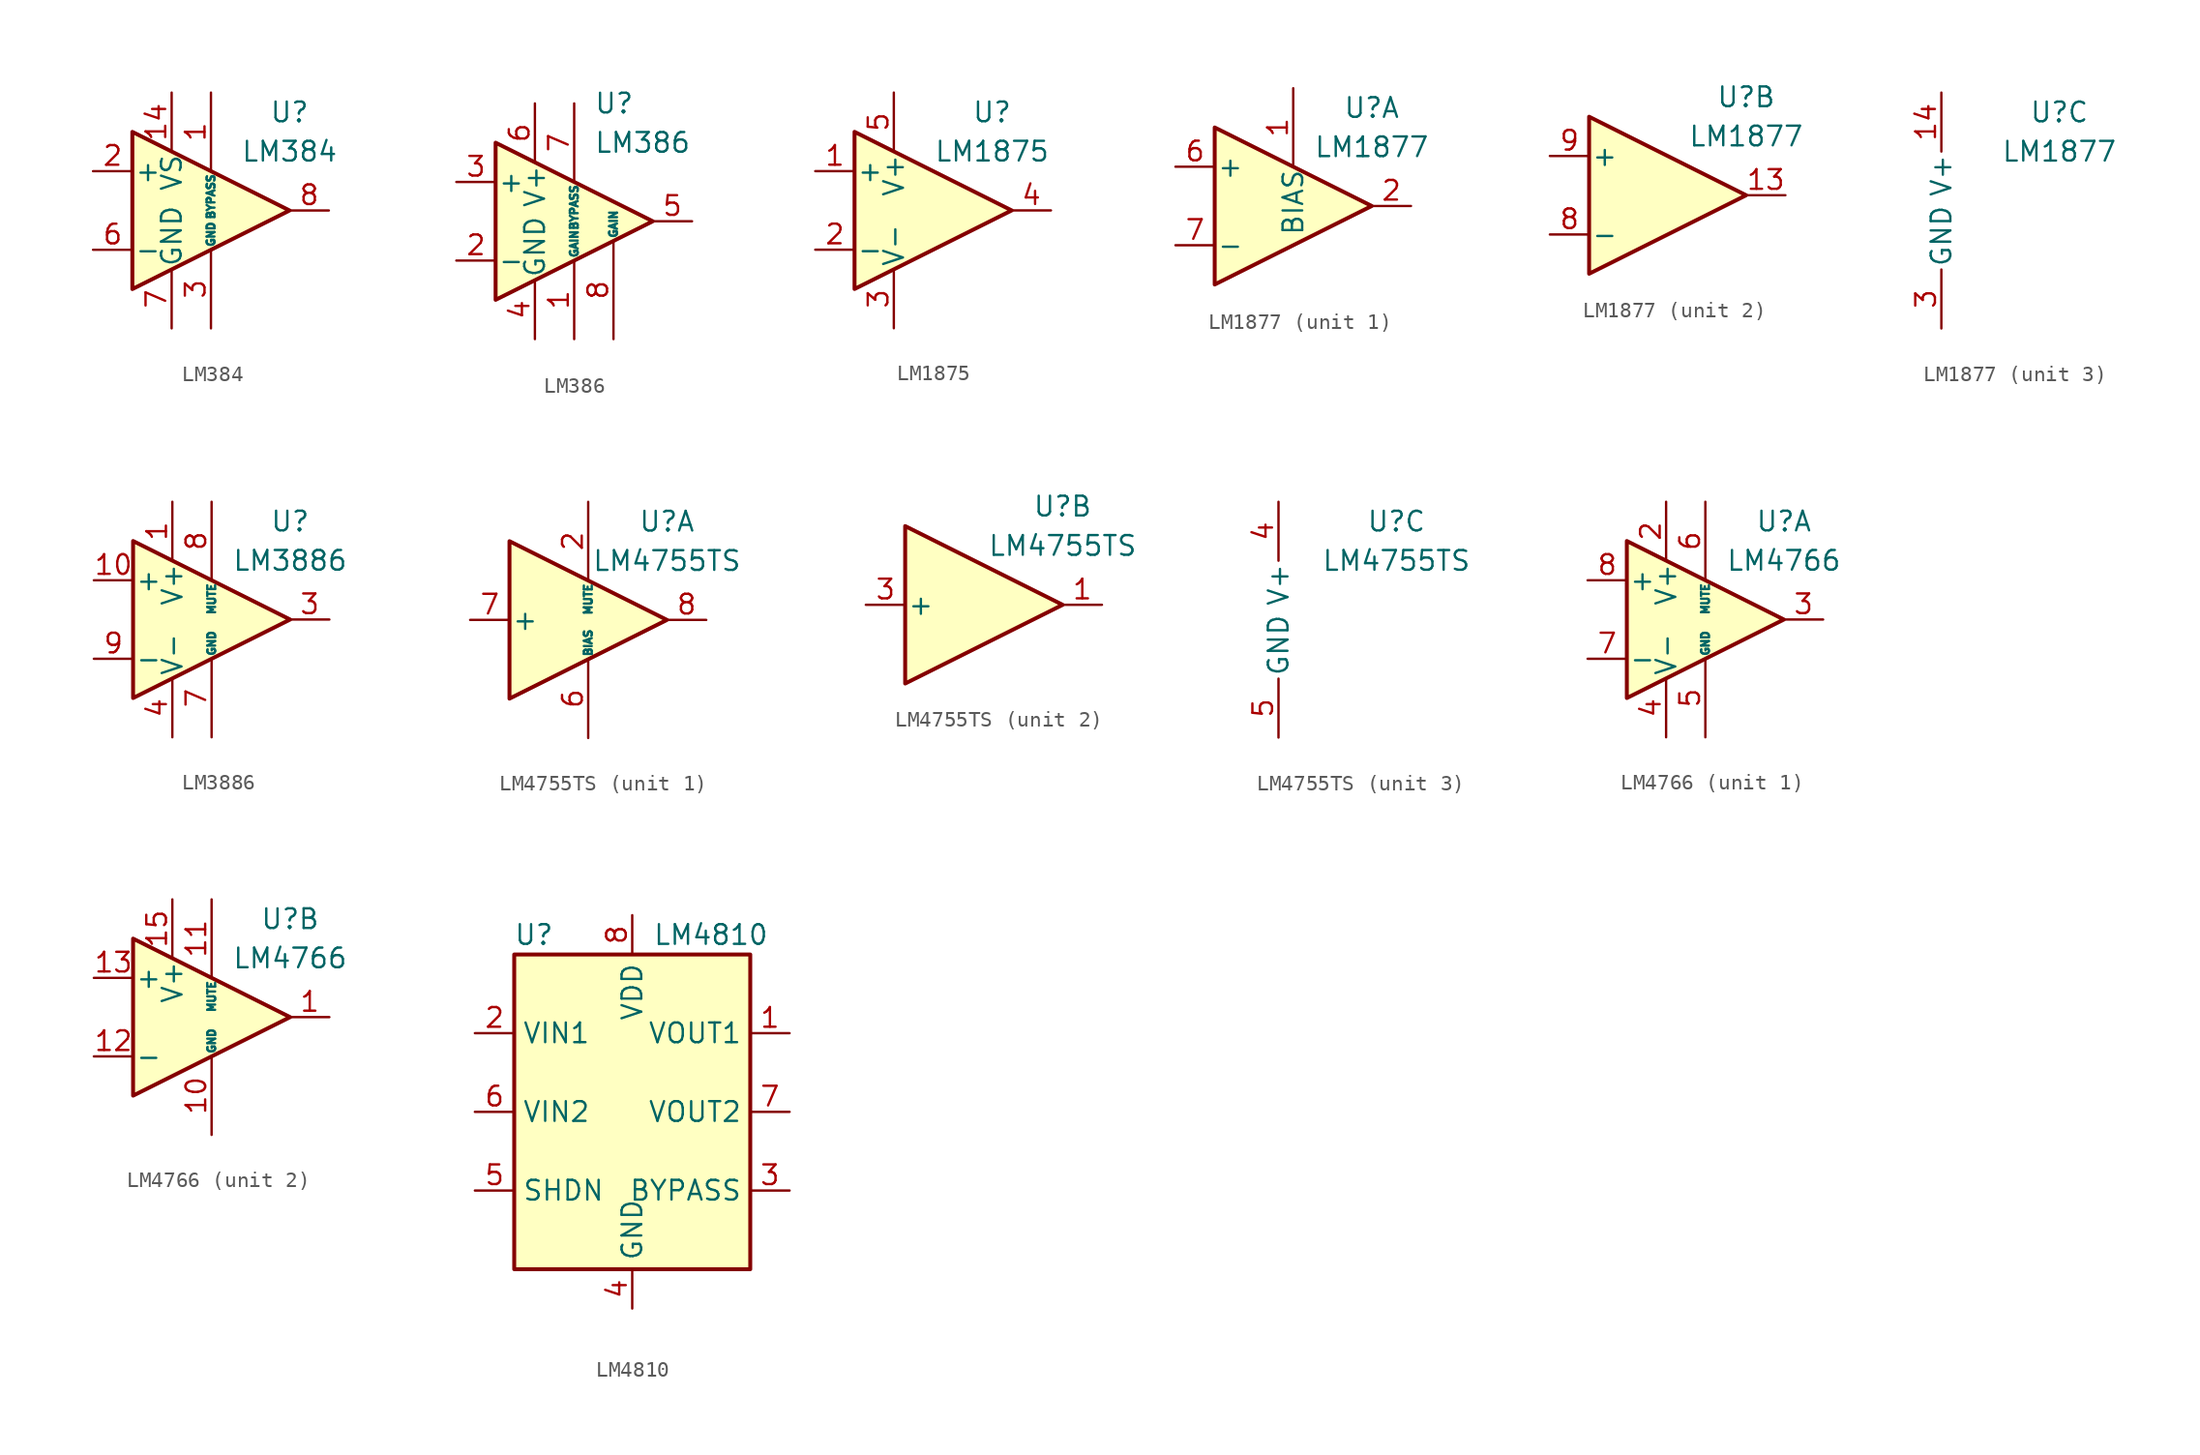
<source format=kicad_sym>
(kicad_symbol_lib
  (version 20211014)
  (generator kicad_symbol_editor)
  (symbol "LM384"
    (pin_names
      (offset 0.127))
    (property "Reference" "U"
      (at 5.08 6.35 0)
      (effects (font (size 1.27 1.27))))
    (property "Value" "LM384"
      (at 5.08 3.81 0)
      (effects (font (size 1.27 1.27))))
    (symbol "LM384_0_1"
      (polyline (pts (xy -5.08 5.08) (xy 5.08 0) (xy -5.08 -5.08) (xy -5.08 5.08)) (stroke (width 0.254) (type default) (color 0 0 0 0)) (fill (type background))))
    (symbol "LM384_1_1"
      (pin passive line (at 0 7.62 270) (length 5.08) (name "BYPASS" (effects (font (size 0.508 0.508)))) (number "1" (effects (font (size 1.27 1.27)))))
      (pin passive line (at 0 -7.62 90) (length 5.08) hide (name "GND" (effects (font (size 0.508 0.508)))) (number "10" (effects (font (size 1.27 1.27)))))
      (pin passive line (at 0 -7.62 90) (length 5.08) hide (name "GND" (effects (font (size 0.508 0.508)))) (number "11" (effects (font (size 1.27 1.27)))))
      (pin passive line (at 0 -7.62 90) (length 5.08) hide (name "GND" (effects (font (size 0.508 0.508)))) (number "12" (effects (font (size 1.27 1.27)))))
      (pin no_connect line (at 0 2.54 270) (length 2.54) hide (name "NC" (effects (font (size 1.27 1.27)))) (number "13" (effects (font (size 1.27 1.27)))))
      (pin power_in line (at -2.54 7.62 270) (length 3.81) (name "VS" (effects (font (size 1.27 1.27)))) (number "14" (effects (font (size 1.27 1.27)))))
      (pin input line (at -7.62 2.54 0) (length 2.54) (name "+" (effects (font (size 1.27 1.27)))) (number "2" (effects (font (size 1.27 1.27)))))
      (pin power_in line (at 0 -7.62 90) (length 5.08) (name "GND" (effects (font (size 0.508 0.508)))) (number "3" (effects (font (size 1.27 1.27)))))
      (pin passive line (at 0 -7.62 90) (length 5.08) hide (name "GND" (effects (font (size 0.508 0.508)))) (number "4" (effects (font (size 1.27 1.27)))))
      (pin passive line (at 0 -7.62 90) (length 5.08) hide (name "GND" (effects (font (size 0.508 0.508)))) (number "5" (effects (font (size 1.27 1.27)))))
      (pin input line (at -7.62 -2.54 0) (length 2.54) (name "-" (effects (font (size 1.27 1.27)))) (number "6" (effects (font (size 1.27 1.27)))))
      (pin power_in line (at -2.54 -7.62 90) (length 3.81) (name "GND" (effects (font (size 1.27 1.27)))) (number "7" (effects (font (size 1.27 1.27)))))
      (pin output line (at 7.62 0 180) (length 2.54) (name "~" (effects (font (size 1.27 1.27)))) (number "8" (effects (font (size 1.27 1.27)))))
      (pin no_connect line (at -2.54 2.54 270) (length 2.54) hide (name "NC" (effects (font (size 1.27 1.27)))) (number "9" (effects (font (size 1.27 1.27)))))))
  (symbol "LM386"
    (pin_names
      (offset 0.127))
    (property "Reference" "U"
      (at 1.27 7.62 0)
      (effects (font (size 1.27 1.27)) (justify left)))
    (property "Value" "LM386"
      (at 1.27 5.08 0)
      (effects (font (size 1.27 1.27)) (justify left)))
    (symbol "LM386_0_1"
      (polyline (pts (xy 5.08 0) (xy -5.08 5.08) (xy -5.08 -5.08) (xy 5.08 0)) (stroke (width 0.254) (type default) (color 0 0 0 0)) (fill (type background))))
    (symbol "LM386_1_1"
      (pin input line (at 0 -7.62 90) (length 5.08) (name "GAIN" (effects (font (size 0.508 0.508)))) (number "1" (effects (font (size 1.27 1.27)))))
      (pin input line (at -7.62 -2.54 0) (length 2.54) (name "-" (effects (font (size 1.27 1.27)))) (number "2" (effects (font (size 1.27 1.27)))))
      (pin input line (at -7.62 2.54 0) (length 2.54) (name "+" (effects (font (size 1.27 1.27)))) (number "3" (effects (font (size 1.27 1.27)))))
      (pin power_in line (at -2.54 -7.62 90) (length 3.81) (name "GND" (effects (font (size 1.27 1.27)))) (number "4" (effects (font (size 1.27 1.27)))))
      (pin output line (at 7.62 0 180) (length 2.54) (name "~" (effects (font (size 1.27 1.27)))) (number "5" (effects (font (size 1.27 1.27)))))
      (pin power_in line (at -2.54 7.62 270) (length 3.81) (name "V+" (effects (font (size 1.27 1.27)))) (number "6" (effects (font (size 1.27 1.27)))))
      (pin input line (at 0 7.62 270) (length 5.08) (name "BYPASS" (effects (font (size 0.508 0.508)))) (number "7" (effects (font (size 1.27 1.27)))))
      (pin input line (at 2.54 -7.62 90) (length 6.35) (name "GAIN" (effects (font (size 0.508 0.508)))) (number "8" (effects (font (size 1.27 1.27)))))))
  (symbol "LM1875"
    (pin_names
      (offset 0.127))
    (property "Reference" "U"
      (at 3.81 6.35 0)
      (effects (font (size 1.27 1.27))))
    (property "Value" "LM1875"
      (at 3.81 3.81 0)
      (effects (font (size 1.27 1.27))))
    (symbol "LM1875_0_1"
      (polyline (pts (xy -5.08 5.08) (xy 5.08 0) (xy -5.08 -5.08) (xy -5.08 5.08)) (stroke (width 0.254) (type default) (color 0 0 0 0)) (fill (type background))))
    (symbol "LM1875_1_1"
      (pin input line (at -7.62 2.54 0) (length 2.54) (name "+" (effects (font (size 1.27 1.27)))) (number "1" (effects (font (size 1.27 1.27)))))
      (pin input line (at -7.62 -2.54 0) (length 2.54) (name "-" (effects (font (size 1.27 1.27)))) (number "2" (effects (font (size 1.27 1.27)))))
      (pin power_in line (at -2.54 -7.62 90) (length 3.81) (name "V-" (effects (font (size 1.27 1.27)))) (number "3" (effects (font (size 1.27 1.27)))))
      (pin output line (at 7.62 0 180) (length 2.54) (name "~" (effects (font (size 1.27 1.27)))) (number "4" (effects (font (size 1.27 1.27)))))
      (pin power_in line (at -2.54 7.62 270) (length 3.81) (name "V+" (effects (font (size 1.27 1.27)))) (number "5" (effects (font (size 1.27 1.27)))))))
  (symbol "LM1877"
    (pin_names
      (offset 0.127))
    (property "Reference" "U"
      (at 5.08 6.35 0)
      (effects (font (size 1.27 1.27))))
    (property "Value" "LM1877"
      (at 5.08 3.81 0)
      (effects (font (size 1.27 1.27))))
    (property "ki_locked" ""
      (at 0 0 0)
      (effects (font (size 1.27 1.27))))
    (symbol "LM1877_1_1"
      (polyline (pts (xy -5.08 5.08) (xy 5.08 0) (xy -5.08 -5.08) (xy -5.08 5.08)) (stroke (width 0.254) (type default) (color 0 0 0 0)) (fill (type background)))
      (pin input line (at 0 7.62 270) (length 5.08) (name "BIAS" (effects (font (size 1.27 1.27)))) (number "1" (effects (font (size 1.27 1.27)))))
      (pin output line (at 7.62 0 180) (length 2.54) (name "~" (effects (font (size 1.27 1.27)))) (number "2" (effects (font (size 1.27 1.27)))))
      (pin input line (at -7.62 2.54 0) (length 2.54) (name "+" (effects (font (size 1.27 1.27)))) (number "6" (effects (font (size 1.27 1.27)))))
      (pin input line (at -7.62 -2.54 0) (length 2.54) (name "-" (effects (font (size 1.27 1.27)))) (number "7" (effects (font (size 1.27 1.27))))))
    (symbol "LM1877_2_1"
      (polyline (pts (xy -5.08 5.08) (xy 5.08 0) (xy -5.08 -5.08) (xy -5.08 5.08)) (stroke (width 0.254) (type default) (color 0 0 0 0)) (fill (type background)))
      (pin output line (at 7.62 0 180) (length 2.54) (name "~" (effects (font (size 1.27 1.27)))) (number "13" (effects (font (size 1.27 1.27)))))
      (pin input line (at -7.62 -2.54 0) (length 2.54) (name "-" (effects (font (size 1.27 1.27)))) (number "8" (effects (font (size 1.27 1.27)))))
      (pin input line (at -7.62 2.54 0) (length 2.54) (name "+" (effects (font (size 1.27 1.27)))) (number "9" (effects (font (size 1.27 1.27))))))
    (symbol "LM1877_3_1"
      (pin passive line (at -2.54 -7.62 90) (length 3.81) hide (name "GND" (effects (font (size 1.27 1.27)))) (number "10" (effects (font (size 1.27 1.27)))))
      (pin passive line (at -2.54 -7.62 90) (length 3.81) hide (name "GND" (effects (font (size 1.27 1.27)))) (number "11" (effects (font (size 1.27 1.27)))))
      (pin passive line (at -2.54 -7.62 90) (length 3.81) hide (name "GND" (effects (font (size 1.27 1.27)))) (number "12" (effects (font (size 1.27 1.27)))))
      (pin power_in line (at -2.54 7.62 270) (length 3.81) (name "V+" (effects (font (size 1.27 1.27)))) (number "14" (effects (font (size 1.27 1.27)))))
      (pin power_in line (at -2.54 -7.62 90) (length 3.81) (name "GND" (effects (font (size 1.27 1.27)))) (number "3" (effects (font (size 1.27 1.27)))))
      (pin passive line (at -2.54 -7.62 90) (length 3.81) hide (name "GND" (effects (font (size 1.27 1.27)))) (number "4" (effects (font (size 1.27 1.27)))))
      (pin passive line (at -2.54 -7.62 90) (length 3.81) hide (name "GND" (effects (font (size 1.27 1.27)))) (number "5" (effects (font (size 1.27 1.27)))))))
  (symbol "LM3886"
    (pin_names
      (offset 0.127))
    (property "Reference" "U"
      (at 5.08 6.35 0)
      (effects (font (size 1.27 1.27))))
    (property "Value" "LM3886"
      (at 5.08 3.81 0)
      (effects (font (size 1.27 1.27))))
    (symbol "LM3886_0_1"
      (polyline (pts (xy -5.08 5.08) (xy 5.08 0) (xy -5.08 -5.08) (xy -5.08 5.08)) (stroke (width 0.254) (type default) (color 0 0 0 0)) (fill (type background))))
    (symbol "LM3886_1_1"
      (pin power_in line (at -2.54 7.62 270) (length 3.81) (name "V+" (effects (font (size 1.27 1.27)))) (number "1" (effects (font (size 1.27 1.27)))))
      (pin input line (at -7.62 2.54 0) (length 2.54) (name "+" (effects (font (size 1.27 1.27)))) (number "10" (effects (font (size 1.27 1.27)))))
      (pin no_connect line (at 2.54 2.54 270) (length 2.54) hide (name "NC" (effects (font (size 1.27 1.27)))) (number "11" (effects (font (size 1.27 1.27)))))
      (pin no_connect line (at -2.54 2.54 270) (length 2.54) hide (name "NC" (effects (font (size 1.27 1.27)))) (number "2" (effects (font (size 1.27 1.27)))))
      (pin output line (at 7.62 0 180) (length 2.54) (name "~" (effects (font (size 1.27 1.27)))) (number "3" (effects (font (size 1.27 1.27)))))
      (pin power_in line (at -2.54 -7.62 90) (length 3.81) (name "V-" (effects (font (size 1.27 1.27)))) (number "4" (effects (font (size 1.27 1.27)))))
      (pin passive line (at -2.54 7.62 270) (length 3.81) hide (name "V+" (effects (font (size 1.27 1.27)))) (number "5" (effects (font (size 1.27 1.27)))))
      (pin no_connect line (at 0 2.54 270) (length 2.54) hide (name "NC" (effects (font (size 1.27 1.27)))) (number "6" (effects (font (size 1.27 1.27)))))
      (pin power_in line (at 0 -7.62 90) (length 5.08) (name "GND" (effects (font (size 0.508 0.508)))) (number "7" (effects (font (size 1.27 1.27)))))
      (pin input line (at 0 7.62 270) (length 5.08) (name "MUTE" (effects (font (size 0.508 0.508)))) (number "8" (effects (font (size 1.27 1.27)))))
      (pin input line (at -7.62 -2.54 0) (length 2.54) (name "-" (effects (font (size 1.27 1.27)))) (number "9" (effects (font (size 1.27 1.27)))))))
  (symbol "LM4755TS"
    (pin_names
      (offset 0.127))
    (property "Reference" "U"
      (at 5.08 6.35 0)
      (effects (font (size 1.27 1.27))))
    (property "Value" "LM4755TS"
      (at 5.08 3.81 0)
      (effects (font (size 1.27 1.27))))
    (property "ki_locked" ""
      (at 0 0 0)
      (effects (font (size 1.27 1.27))))
    (symbol "LM4755TS_1_1"
      (polyline (pts (xy -5.08 5.08) (xy 5.08 0) (xy -5.08 -5.08) (xy -5.08 5.08)) (stroke (width 0.254) (type default) (color 0 0 0 0)) (fill (type background)))
      (pin input line (at 0 7.62 270) (length 5.08) (name "MUTE" (effects (font (size 0.508 0.508)))) (number "2" (effects (font (size 1.27 1.27)))))
      (pin input line (at 0 -7.62 90) (length 5.08) (name "BIAS" (effects (font (size 0.508 0.508)))) (number "6" (effects (font (size 1.27 1.27)))))
      (pin input line (at -7.62 0 0) (length 2.54) (name "+" (effects (font (size 1.27 1.27)))) (number "7" (effects (font (size 1.27 1.27)))))
      (pin output line (at 7.62 0 180) (length 2.54) (name "~" (effects (font (size 1.27 1.27)))) (number "8" (effects (font (size 1.27 1.27)))))
      (pin no_connect line (at 0 2.54 270) (length 2.54) hide (name "NC" (effects (font (size 1.27 1.27)))) (number "9" (effects (font (size 1.27 1.27))))))
    (symbol "LM4755TS_2_1"
      (polyline (pts (xy -5.08 5.08) (xy 5.08 0) (xy -5.08 -5.08) (xy -5.08 5.08)) (stroke (width 0.254) (type default) (color 0 0 0 0)) (fill (type background)))
      (pin output line (at 7.62 0 180) (length 2.54) (name "~" (effects (font (size 1.27 1.27)))) (number "1" (effects (font (size 1.27 1.27)))))
      (pin input line (at -7.62 0 0) (length 2.54) (name "+" (effects (font (size 1.27 1.27)))) (number "3" (effects (font (size 1.27 1.27))))))
    (symbol "LM4755TS_3_1"
      (pin power_in line (at -2.54 7.62 270) (length 3.81) (name "V+" (effects (font (size 1.27 1.27)))) (number "4" (effects (font (size 1.27 1.27)))))
      (pin power_in line (at -2.54 -7.62 90) (length 3.81) (name "GND" (effects (font (size 1.27 1.27)))) (number "5" (effects (font (size 1.27 1.27)))))))
  (symbol "LM4766"
    (pin_names
      (offset 0.127))
    (property "Reference" "U"
      (at 5.08 6.35 0)
      (effects (font (size 1.27 1.27))))
    (property "Value" "LM4766"
      (at 5.08 3.81 0)
      (effects (font (size 1.27 1.27))))
    (property "ki_locked" ""
      (at 0 0 0)
      (effects (font (size 1.27 1.27))))
    (symbol "LM4766_0_1"
      (polyline (pts (xy -5.08 5.08) (xy 5.08 0) (xy -5.08 -5.08) (xy -5.08 5.08)) (stroke (width 0.254) (type default) (color 0 0 0 0)) (fill (type background))))
    (symbol "LM4766_1_1"
      (pin power_in line (at -2.54 7.62 270) (length 3.81) (name "V+" (effects (font (size 1.27 1.27)))) (number "2" (effects (font (size 1.27 1.27)))))
      (pin output line (at 7.62 0 180) (length 2.54) (name "~" (effects (font (size 1.27 1.27)))) (number "3" (effects (font (size 1.27 1.27)))))
      (pin power_in line (at -2.54 -7.62 90) (length 3.81) (name "V-" (effects (font (size 1.27 1.27)))) (number "4" (effects (font (size 1.27 1.27)))))
      (pin power_in line (at 0 -7.62 90) (length 5.08) (name "GND" (effects (font (size 0.508 0.508)))) (number "5" (effects (font (size 1.27 1.27)))))
      (pin input line (at 0 7.62 270) (length 5.08) (name "MUTE" (effects (font (size 0.508 0.508)))) (number "6" (effects (font (size 1.27 1.27)))))
      (pin input line (at -7.62 -2.54 0) (length 2.54) (name "-" (effects (font (size 1.27 1.27)))) (number "7" (effects (font (size 1.27 1.27)))))
      (pin input line (at -7.62 2.54 0) (length 2.54) (name "+" (effects (font (size 1.27 1.27)))) (number "8" (effects (font (size 1.27 1.27)))))
      (pin no_connect line (at 0 2.54 270) (length 2.54) hide (name "NC" (effects (font (size 1.27 1.27)))) (number "9" (effects (font (size 1.27 1.27))))))
    (symbol "LM4766_2_1"
      (pin output line (at 7.62 0 180) (length 2.54) (name "~" (effects (font (size 1.27 1.27)))) (number "1" (effects (font (size 1.27 1.27)))))
      (pin power_in line (at 0 -7.62 90) (length 5.08) (name "GND" (effects (font (size 0.508 0.508)))) (number "10" (effects (font (size 1.27 1.27)))))
      (pin input line (at 0 7.62 270) (length 5.08) (name "MUTE" (effects (font (size 0.508 0.508)))) (number "11" (effects (font (size 1.27 1.27)))))
      (pin input line (at -7.62 -2.54 0) (length 2.54) (name "-" (effects (font (size 1.27 1.27)))) (number "12" (effects (font (size 1.27 1.27)))))
      (pin input line (at -7.62 2.54 0) (length 2.54) (name "+" (effects (font (size 1.27 1.27)))) (number "13" (effects (font (size 1.27 1.27)))))
      (pin no_connect line (at 0 2.54 270) (length 2.54) hide (name "NC" (effects (font (size 1.27 1.27)))) (number "14" (effects (font (size 1.27 1.27)))))
      (pin power_in line (at -2.54 7.62 270) (length 3.81) (name "V+" (effects (font (size 1.27 1.27)))) (number "15" (effects (font (size 1.27 1.27)))))))
  (symbol "LM4810"
    (property "Reference" "U"
      (at -6.35 11.43 0)
      (effects (font (size 1.27 1.27))))
    (property "Value" "LM4810"
      (at 5.08 11.43 0)
      (effects (font (size 1.27 1.27))))
    (symbol "LM4810_0_1"
      (rectangle (start -7.62 10.16) (end 7.62 -10.16) (stroke (width 0.254) (type default) (color 0 0 0 0)) (fill (type background))))
    (symbol "LM4810_1_1"
      (pin output line (at 10.16 5.08 180) (length 2.54) (name "VOUT1" (effects (font (size 1.27 1.27)))) (number "1" (effects (font (size 1.27 1.27)))))
      (pin input line (at -10.16 5.08 0) (length 2.54) (name "VIN1" (effects (font (size 1.27 1.27)))) (number "2" (effects (font (size 1.27 1.27)))))
      (pin passive line (at 10.16 -5.08 180) (length 2.54) (name "BYPASS" (effects (font (size 1.27 1.27)))) (number "3" (effects (font (size 1.27 1.27)))))
      (pin power_in line (at 0 -12.7 90) (length 2.54) (name "GND" (effects (font (size 1.27 1.27)))) (number "4" (effects (font (size 1.27 1.27)))))
      (pin input line (at -10.16 -5.08 0) (length 2.54) (name "SHDN" (effects (font (size 1.27 1.27)))) (number "5" (effects (font (size 1.27 1.27)))))
      (pin input line (at -10.16 0 0) (length 2.54) (name "VIN2" (effects (font (size 1.27 1.27)))) (number "6" (effects (font (size 1.27 1.27)))))
      (pin output line (at 10.16 0 180) (length 2.54) (name "VOUT2" (effects (font (size 1.27 1.27)))) (number "7" (effects (font (size 1.27 1.27)))))
      (pin power_in line (at 0 12.7 270) (length 2.54) (name "VDD" (effects (font (size 1.27 1.27)))) (number "8" (effects (font (size 1.27 1.27))))))))
</source>
